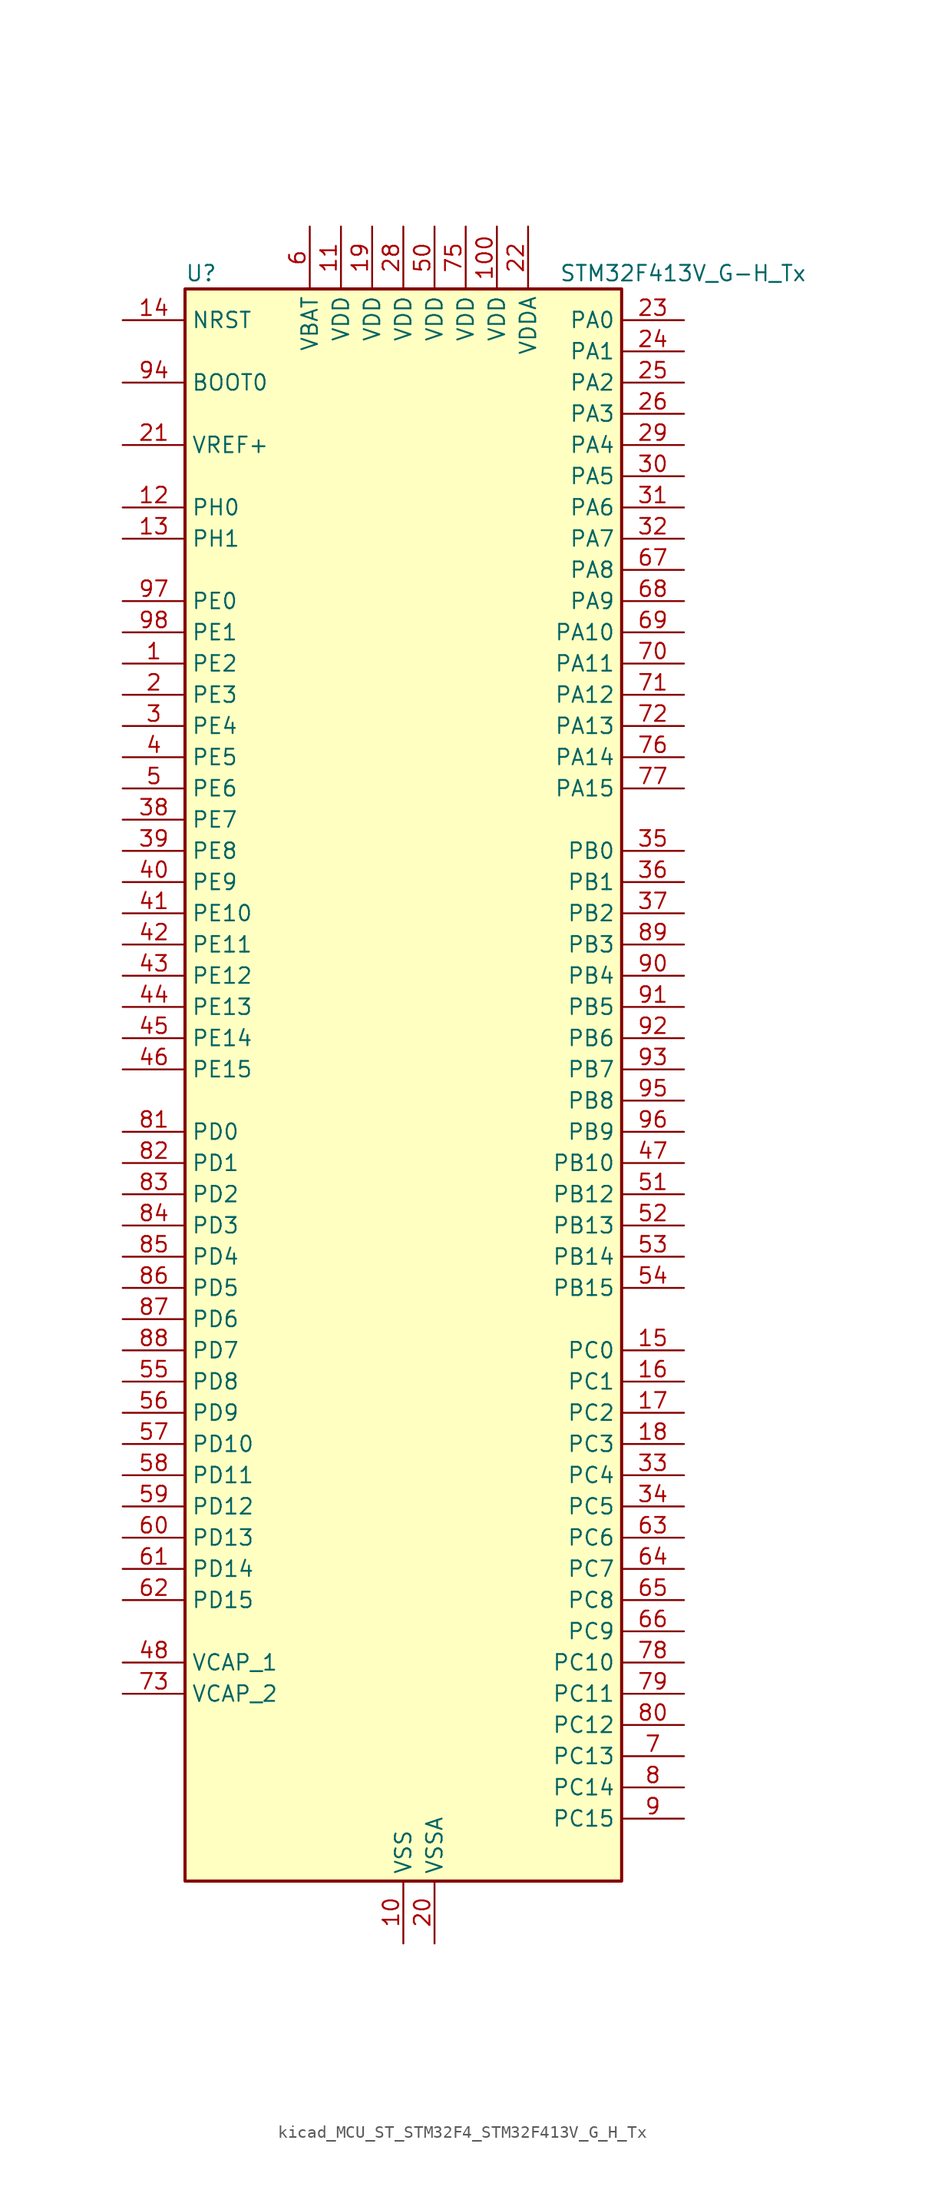
<source format=kicad_sym>
(kicad_symbol_lib
  (version 20220914)
  (generator kicad_symbol_editor)
  (symbol "kicad_MCU_ST_STM32F4_STM32F413V_G_H_Tx"
    (property "Reference" "U"
      (at -17.78 67.31 0)
      (effects (font (size 1.27 1.27)) (justify left)))
    (property "Value" "STM32F413V_G-H_Tx"
      (at 12.7 67.31 0)
      (effects (font (size 1.27 1.27)) (justify left)))
    (property "ki_locked" ""
      (at 0 0 0)
      (effects (font (size 1.27 1.27))))
    (symbol "kicad_MCU_ST_STM32F4_STM32F413V_G_H_Tx_0_1"
      (rectangle (start -17.78 -63.5) (end 17.78 66.04) (stroke (width 0.254) (type default)) (fill (type background))))
    (symbol "kicad_MCU_ST_STM32F4_STM32F413V_G_H_Tx_1_1"
      (pin bidirectional line (at -22.86 35.56 0) (length 5.08) (name "PE2" (effects (font (size 1.27 1.27)))) (number "1" (effects (font (size 1.27 1.27)))) (alternate "FSMC_A23" bidirectional line) (alternate "I2S4_CK" bidirectional line) (alternate "I2S5_CK" bidirectional line) (alternate "QUADSPI_BK1_IO2" bidirectional line) (alternate "SAI1_MCLK_A" bidirectional line) (alternate "SPI4_SCK" bidirectional line) (alternate "SPI5_SCK" bidirectional line) (alternate "SYS_TRACECLK" bidirectional line) (alternate "UART10_RX" bidirectional line))
      (pin power_in line (at 0 -68.58 90) (length 5.08) (name "VSS" (effects (font (size 1.27 1.27)))) (number "10" (effects (font (size 1.27 1.27)))))
      (pin power_in line (at 7.62 71.12 270) (length 5.08) (name "VDD" (effects (font (size 1.27 1.27)))) (number "100" (effects (font (size 1.27 1.27)))))
      (pin power_in line (at -5.08 71.12 270) (length 5.08) (name "VDD" (effects (font (size 1.27 1.27)))) (number "11" (effects (font (size 1.27 1.27)))))
      (pin bidirectional line (at -22.86 48.26 0) (length 5.08) (name "PH0" (effects (font (size 1.27 1.27)))) (number "12" (effects (font (size 1.27 1.27)))) (alternate "RCC_OSC_IN" bidirectional line))
      (pin bidirectional line (at -22.86 45.72 0) (length 5.08) (name "PH1" (effects (font (size 1.27 1.27)))) (number "13" (effects (font (size 1.27 1.27)))) (alternate "RCC_OSC_OUT" bidirectional line))
      (pin input line (at -22.86 63.5 0) (length 5.08) (name "NRST" (effects (font (size 1.27 1.27)))) (number "14" (effects (font (size 1.27 1.27)))))
      (pin bidirectional line (at 22.86 -20.32 180) (length 5.08) (name "PC0" (effects (font (size 1.27 1.27)))) (number "15" (effects (font (size 1.27 1.27)))) (alternate "ADC1_IN10" bidirectional line) (alternate "DFSDM2_CKIN4" bidirectional line) (alternate "LPTIM1_IN1" bidirectional line) (alternate "SAI1_MCLK_B" bidirectional line) (alternate "SYS_WKUP2" bidirectional line))
      (pin bidirectional line (at 22.86 -22.86 180) (length 5.08) (name "PC1" (effects (font (size 1.27 1.27)))) (number "16" (effects (font (size 1.27 1.27)))) (alternate "ADC1_IN11" bidirectional line) (alternate "DFSDM2_DATIN4" bidirectional line) (alternate "LPTIM1_OUT" bidirectional line) (alternate "SAI1_SD_B" bidirectional line) (alternate "SYS_WKUP3" bidirectional line))
      (pin bidirectional line (at 22.86 -25.4 180) (length 5.08) (name "PC2" (effects (font (size 1.27 1.27)))) (number "17" (effects (font (size 1.27 1.27)))) (alternate "ADC1_IN12" bidirectional line) (alternate "DFSDM1_CKOUT" bidirectional line) (alternate "DFSDM2_DATIN7" bidirectional line) (alternate "FSMC_NWE" bidirectional line) (alternate "I2S2_ext_SD" bidirectional line) (alternate "LPTIM1_IN2" bidirectional line) (alternate "SAI1_SCK_B" bidirectional line) (alternate "SPI2_MISO" bidirectional line))
      (pin bidirectional line (at 22.86 -27.94 180) (length 5.08) (name "PC3" (effects (font (size 1.27 1.27)))) (number "18" (effects (font (size 1.27 1.27)))) (alternate "ADC1_IN13" bidirectional line) (alternate "DFSDM2_CKIN7" bidirectional line) (alternate "FSMC_A0" bidirectional line) (alternate "I2S2_SD" bidirectional line) (alternate "LPTIM1_ETR" bidirectional line) (alternate "SAI1_FS_B" bidirectional line) (alternate "SPI2_MOSI" bidirectional line))
      (pin power_in line (at -2.54 71.12 270) (length 5.08) (name "VDD" (effects (font (size 1.27 1.27)))) (number "19" (effects (font (size 1.27 1.27)))))
      (pin bidirectional line (at -22.86 33.02 0) (length 5.08) (name "PE3" (effects (font (size 1.27 1.27)))) (number "2" (effects (font (size 1.27 1.27)))) (alternate "FSMC_A19" bidirectional line) (alternate "SAI1_SD_B" bidirectional line) (alternate "SYS_TRACED0" bidirectional line) (alternate "UART10_TX" bidirectional line))
      (pin power_in line (at 2.54 -68.58 90) (length 5.08) (name "VSSA" (effects (font (size 1.27 1.27)))) (number "20" (effects (font (size 1.27 1.27)))))
      (pin input line (at -22.86 53.34 0) (length 5.08) (name "VREF+" (effects (font (size 1.27 1.27)))) (number "21" (effects (font (size 1.27 1.27)))))
      (pin power_in line (at 10.16 71.12 270) (length 5.08) (name "VDDA" (effects (font (size 1.27 1.27)))) (number "22" (effects (font (size 1.27 1.27)))))
      (pin bidirectional line (at 22.86 63.5 180) (length 5.08) (name "PA0" (effects (font (size 1.27 1.27)))) (number "23" (effects (font (size 1.27 1.27)))) (alternate "ADC1_IN0" bidirectional line) (alternate "SYS_WKUP1" bidirectional line) (alternate "TIM2_CH1" bidirectional line) (alternate "TIM2_ETR" bidirectional line) (alternate "TIM5_CH1" bidirectional line) (alternate "TIM8_ETR" bidirectional line) (alternate "UART4_TX" bidirectional line) (alternate "USART2_CTS" bidirectional line))
      (pin bidirectional line (at 22.86 60.96 180) (length 5.08) (name "PA1" (effects (font (size 1.27 1.27)))) (number "24" (effects (font (size 1.27 1.27)))) (alternate "ADC1_IN1" bidirectional line) (alternate "I2S4_SD" bidirectional line) (alternate "QUADSPI_BK1_IO3" bidirectional line) (alternate "SPI4_MOSI" bidirectional line) (alternate "TIM2_CH2" bidirectional line) (alternate "TIM5_CH2" bidirectional line) (alternate "UART4_RX" bidirectional line) (alternate "USART2_RTS" bidirectional line))
      (pin bidirectional line (at 22.86 58.42 180) (length 5.08) (name "PA2" (effects (font (size 1.27 1.27)))) (number "25" (effects (font (size 1.27 1.27)))) (alternate "ADC1_IN2" bidirectional line) (alternate "FSMC_D4" bidirectional line) (alternate "FSMC_DA4" bidirectional line) (alternate "I2S_CKIN" bidirectional line) (alternate "TIM2_CH3" bidirectional line) (alternate "TIM5_CH3" bidirectional line) (alternate "TIM9_CH1" bidirectional line) (alternate "USART2_TX" bidirectional line))
      (pin bidirectional line (at 22.86 55.88 180) (length 5.08) (name "PA3" (effects (font (size 1.27 1.27)))) (number "26" (effects (font (size 1.27 1.27)))) (alternate "ADC1_IN3" bidirectional line) (alternate "FSMC_D5" bidirectional line) (alternate "FSMC_DA5" bidirectional line) (alternate "I2S2_MCK" bidirectional line) (alternate "SAI1_SD_B" bidirectional line) (alternate "TIM2_CH4" bidirectional line) (alternate "TIM5_CH4" bidirectional line) (alternate "TIM9_CH2" bidirectional line) (alternate "USART2_RX" bidirectional line))
      (pin passive line (at 0 -68.58 90) (length 5.08) hide (name "VSS" (effects (font (size 1.27 1.27)))) (number "27" (effects (font (size 1.27 1.27)))))
      (pin power_in line (at 0 71.12 270) (length 5.08) (name "VDD" (effects (font (size 1.27 1.27)))) (number "28" (effects (font (size 1.27 1.27)))))
      (pin bidirectional line (at 22.86 53.34 180) (length 5.08) (name "PA4" (effects (font (size 1.27 1.27)))) (number "29" (effects (font (size 1.27 1.27)))) (alternate "ADC1_IN4" bidirectional line) (alternate "DAC_OUT1" bidirectional line) (alternate "DFSDM1_DATIN1" bidirectional line) (alternate "FSMC_D6" bidirectional line) (alternate "FSMC_DA6" bidirectional line) (alternate "I2S1_WS" bidirectional line) (alternate "I2S3_WS" bidirectional line) (alternate "SPI1_NSS" bidirectional line) (alternate "SPI3_NSS" bidirectional line) (alternate "USART2_CK" bidirectional line))
      (pin bidirectional line (at -22.86 30.48 0) (length 5.08) (name "PE4" (effects (font (size 1.27 1.27)))) (number "3" (effects (font (size 1.27 1.27)))) (alternate "DFSDM1_DATIN3" bidirectional line) (alternate "FSMC_A20" bidirectional line) (alternate "I2S4_WS" bidirectional line) (alternate "I2S5_WS" bidirectional line) (alternate "SAI1_SD_A" bidirectional line) (alternate "SPI4_NSS" bidirectional line) (alternate "SPI5_NSS" bidirectional line) (alternate "SYS_TRACED1" bidirectional line))
      (pin bidirectional line (at 22.86 50.8 180) (length 5.08) (name "PA5" (effects (font (size 1.27 1.27)))) (number "30" (effects (font (size 1.27 1.27)))) (alternate "ADC1_IN5" bidirectional line) (alternate "DAC_OUT2" bidirectional line) (alternate "DFSDM1_CKIN1" bidirectional line) (alternate "FSMC_D7" bidirectional line) (alternate "FSMC_DA7" bidirectional line) (alternate "I2S1_CK" bidirectional line) (alternate "SPI1_SCK" bidirectional line) (alternate "TIM2_CH1" bidirectional line) (alternate "TIM2_ETR" bidirectional line) (alternate "TIM8_CH1N" bidirectional line))
      (pin bidirectional line (at 22.86 48.26 180) (length 5.08) (name "PA6" (effects (font (size 1.27 1.27)))) (number "31" (effects (font (size 1.27 1.27)))) (alternate "ADC1_IN6" bidirectional line) (alternate "DFSDM2_CKIN1" bidirectional line) (alternate "I2S2_MCK" bidirectional line) (alternate "QUADSPI_BK2_IO0" bidirectional line) (alternate "SDIO_CMD" bidirectional line) (alternate "SPI1_MISO" bidirectional line) (alternate "TIM13_CH1" bidirectional line) (alternate "TIM1_BKIN" bidirectional line) (alternate "TIM3_CH1" bidirectional line) (alternate "TIM8_BKIN" bidirectional line))
      (pin bidirectional line (at 22.86 45.72 180) (length 5.08) (name "PA7" (effects (font (size 1.27 1.27)))) (number "32" (effects (font (size 1.27 1.27)))) (alternate "ADC1_IN7" bidirectional line) (alternate "DFSDM2_DATIN1" bidirectional line) (alternate "I2S1_SD" bidirectional line) (alternate "QUADSPI_BK2_IO1" bidirectional line) (alternate "SPI1_MOSI" bidirectional line) (alternate "TIM14_CH1" bidirectional line) (alternate "TIM1_CH1N" bidirectional line) (alternate "TIM3_CH2" bidirectional line) (alternate "TIM8_CH1N" bidirectional line))
      (pin bidirectional line (at 22.86 -30.48 180) (length 5.08) (name "PC4" (effects (font (size 1.27 1.27)))) (number "33" (effects (font (size 1.27 1.27)))) (alternate "ADC1_IN14" bidirectional line) (alternate "DFSDM2_CKIN2" bidirectional line) (alternate "FSMC_NE4" bidirectional line) (alternate "I2S1_MCK" bidirectional line) (alternate "QUADSPI_BK2_IO2" bidirectional line))
      (pin bidirectional line (at 22.86 -33.02 180) (length 5.08) (name "PC5" (effects (font (size 1.27 1.27)))) (number "34" (effects (font (size 1.27 1.27)))) (alternate "ADC1_IN15" bidirectional line) (alternate "DFSDM2_DATIN2" bidirectional line) (alternate "FMPI2C1_SMBA" bidirectional line) (alternate "FSMC_NOE" bidirectional line) (alternate "QUADSPI_BK2_IO3" bidirectional line) (alternate "USART3_RX" bidirectional line))
      (pin bidirectional line (at 22.86 20.32 180) (length 5.08) (name "PB0" (effects (font (size 1.27 1.27)))) (number "35" (effects (font (size 1.27 1.27)))) (alternate "ADC1_IN8" bidirectional line) (alternate "I2S5_CK" bidirectional line) (alternate "SPI5_SCK" bidirectional line) (alternate "TIM1_CH2N" bidirectional line) (alternate "TIM3_CH3" bidirectional line) (alternate "TIM8_CH2N" bidirectional line))
      (pin bidirectional line (at 22.86 17.78 180) (length 5.08) (name "PB1" (effects (font (size 1.27 1.27)))) (number "36" (effects (font (size 1.27 1.27)))) (alternate "ADC1_IN9" bidirectional line) (alternate "DFSDM1_DATIN0" bidirectional line) (alternate "I2S5_WS" bidirectional line) (alternate "QUADSPI_CLK" bidirectional line) (alternate "SPI5_NSS" bidirectional line) (alternate "TIM1_CH3N" bidirectional line) (alternate "TIM3_CH4" bidirectional line) (alternate "TIM8_CH3N" bidirectional line))
      (pin bidirectional line (at 22.86 15.24 180) (length 5.08) (name "PB2" (effects (font (size 1.27 1.27)))) (number "37" (effects (font (size 1.27 1.27)))) (alternate "DFSDM1_CKIN0" bidirectional line) (alternate "LPTIM1_OUT" bidirectional line) (alternate "QUADSPI_CLK" bidirectional line))
      (pin bidirectional line (at -22.86 22.86 0) (length 5.08) (name "PE7" (effects (font (size 1.27 1.27)))) (number "38" (effects (font (size 1.27 1.27)))) (alternate "DFSDM1_DATIN2" bidirectional line) (alternate "FSMC_D4" bidirectional line) (alternate "FSMC_DA4" bidirectional line) (alternate "QUADSPI_BK2_IO0" bidirectional line) (alternate "TIM1_ETR" bidirectional line) (alternate "UART7_RX" bidirectional line))
      (pin bidirectional line (at -22.86 20.32 0) (length 5.08) (name "PE8" (effects (font (size 1.27 1.27)))) (number "39" (effects (font (size 1.27 1.27)))) (alternate "DFSDM1_CKIN2" bidirectional line) (alternate "FSMC_D5" bidirectional line) (alternate "FSMC_DA5" bidirectional line) (alternate "QUADSPI_BK2_IO1" bidirectional line) (alternate "TIM1_CH1N" bidirectional line) (alternate "UART7_TX" bidirectional line))
      (pin bidirectional line (at -22.86 27.94 0) (length 5.08) (name "PE5" (effects (font (size 1.27 1.27)))) (number "4" (effects (font (size 1.27 1.27)))) (alternate "DFSDM1_CKIN3" bidirectional line) (alternate "FSMC_A21" bidirectional line) (alternate "SAI1_SCK_A" bidirectional line) (alternate "SPI4_MISO" bidirectional line) (alternate "SPI5_MISO" bidirectional line) (alternate "SYS_TRACED2" bidirectional line) (alternate "TIM9_CH1" bidirectional line))
      (pin bidirectional line (at -22.86 17.78 0) (length 5.08) (name "PE9" (effects (font (size 1.27 1.27)))) (number "40" (effects (font (size 1.27 1.27)))) (alternate "DAC_EXTI9" bidirectional line) (alternate "DFSDM1_CKOUT" bidirectional line) (alternate "FSMC_D6" bidirectional line) (alternate "FSMC_DA6" bidirectional line) (alternate "QUADSPI_BK2_IO2" bidirectional line) (alternate "TIM1_CH1" bidirectional line))
      (pin bidirectional line (at -22.86 15.24 0) (length 5.08) (name "PE10" (effects (font (size 1.27 1.27)))) (number "41" (effects (font (size 1.27 1.27)))) (alternate "DFSDM2_DATIN0" bidirectional line) (alternate "FSMC_D7" bidirectional line) (alternate "FSMC_DA7" bidirectional line) (alternate "QUADSPI_BK2_IO3" bidirectional line) (alternate "TIM1_CH2N" bidirectional line))
      (pin bidirectional line (at -22.86 12.7 0) (length 5.08) (name "PE11" (effects (font (size 1.27 1.27)))) (number "42" (effects (font (size 1.27 1.27)))) (alternate "ADC1_EXTI11" bidirectional line) (alternate "DFSDM2_CKIN0" bidirectional line) (alternate "FSMC_D8" bidirectional line) (alternate "FSMC_DA8" bidirectional line) (alternate "I2S4_WS" bidirectional line) (alternate "I2S5_WS" bidirectional line) (alternate "SPI4_NSS" bidirectional line) (alternate "SPI5_NSS" bidirectional line) (alternate "TIM1_CH2" bidirectional line))
      (pin bidirectional line (at -22.86 10.16 0) (length 5.08) (name "PE12" (effects (font (size 1.27 1.27)))) (number "43" (effects (font (size 1.27 1.27)))) (alternate "DFSDM2_DATIN7" bidirectional line) (alternate "FSMC_D9" bidirectional line) (alternate "FSMC_DA9" bidirectional line) (alternate "I2S4_CK" bidirectional line) (alternate "I2S5_CK" bidirectional line) (alternate "SPI4_SCK" bidirectional line) (alternate "SPI5_SCK" bidirectional line) (alternate "TIM1_CH3N" bidirectional line))
      (pin bidirectional line (at -22.86 7.62 0) (length 5.08) (name "PE13" (effects (font (size 1.27 1.27)))) (number "44" (effects (font (size 1.27 1.27)))) (alternate "DFSDM2_CKIN7" bidirectional line) (alternate "FSMC_D10" bidirectional line) (alternate "FSMC_DA10" bidirectional line) (alternate "SPI4_MISO" bidirectional line) (alternate "SPI5_MISO" bidirectional line) (alternate "TIM1_CH3" bidirectional line))
      (pin bidirectional line (at -22.86 5.08 0) (length 5.08) (name "PE14" (effects (font (size 1.27 1.27)))) (number "45" (effects (font (size 1.27 1.27)))) (alternate "DFSDM2_DATIN1" bidirectional line) (alternate "FSMC_D11" bidirectional line) (alternate "FSMC_DA11" bidirectional line) (alternate "I2S4_SD" bidirectional line) (alternate "I2S5_SD" bidirectional line) (alternate "SPI4_MOSI" bidirectional line) (alternate "SPI5_MOSI" bidirectional line) (alternate "TIM1_CH4" bidirectional line))
      (pin bidirectional line (at -22.86 2.54 0) (length 5.08) (name "PE15" (effects (font (size 1.27 1.27)))) (number "46" (effects (font (size 1.27 1.27)))) (alternate "ADC1_EXTI15" bidirectional line) (alternate "DFSDM2_CKIN1" bidirectional line) (alternate "FSMC_D12" bidirectional line) (alternate "FSMC_DA12" bidirectional line) (alternate "TIM1_BKIN" bidirectional line))
      (pin bidirectional line (at 22.86 -5.08 180) (length 5.08) (name "PB10" (effects (font (size 1.27 1.27)))) (number "47" (effects (font (size 1.27 1.27)))) (alternate "DFSDM2_CKOUT" bidirectional line) (alternate "FMPI2C1_SCL" bidirectional line) (alternate "I2C2_SCL" bidirectional line) (alternate "I2S2_CK" bidirectional line) (alternate "I2S3_MCK" bidirectional line) (alternate "SDIO_D7" bidirectional line) (alternate "SPI2_SCK" bidirectional line) (alternate "TIM2_CH3" bidirectional line) (alternate "USART3_TX" bidirectional line))
      (pin power_out line (at -22.86 -45.72 0) (length 5.08) (name "VCAP_1" (effects (font (size 1.27 1.27)))) (number "48" (effects (font (size 1.27 1.27)))))
      (pin passive line (at 0 -68.58 90) (length 5.08) hide (name "VSS" (effects (font (size 1.27 1.27)))) (number "49" (effects (font (size 1.27 1.27)))))
      (pin bidirectional line (at -22.86 25.4 0) (length 5.08) (name "PE6" (effects (font (size 1.27 1.27)))) (number "5" (effects (font (size 1.27 1.27)))) (alternate "FSMC_A22" bidirectional line) (alternate "I2S4_SD" bidirectional line) (alternate "I2S5_SD" bidirectional line) (alternate "SAI1_FS_A" bidirectional line) (alternate "SPI4_MOSI" bidirectional line) (alternate "SPI5_MOSI" bidirectional line) (alternate "SYS_TRACED3" bidirectional line) (alternate "TIM9_CH2" bidirectional line))
      (pin power_in line (at 2.54 71.12 270) (length 5.08) (name "VDD" (effects (font (size 1.27 1.27)))) (number "50" (effects (font (size 1.27 1.27)))))
      (pin bidirectional line (at 22.86 -7.62 180) (length 5.08) (name "PB12" (effects (font (size 1.27 1.27)))) (number "51" (effects (font (size 1.27 1.27)))) (alternate "CAN2_RX" bidirectional line) (alternate "DFSDM1_DATIN1" bidirectional line) (alternate "FSMC_D13" bidirectional line) (alternate "FSMC_DA13" bidirectional line) (alternate "I2C2_SMBA" bidirectional line) (alternate "I2S2_WS" bidirectional line) (alternate "I2S3_CK" bidirectional line) (alternate "I2S4_WS" bidirectional line) (alternate "SPI2_NSS" bidirectional line) (alternate "SPI3_SCK" bidirectional line) (alternate "SPI4_NSS" bidirectional line) (alternate "TIM1_BKIN" bidirectional line) (alternate "UART5_RX" bidirectional line) (alternate "USART3_CK" bidirectional line))
      (pin bidirectional line (at 22.86 -10.16 180) (length 5.08) (name "PB13" (effects (font (size 1.27 1.27)))) (number "52" (effects (font (size 1.27 1.27)))) (alternate "CAN2_TX" bidirectional line) (alternate "DFSDM1_CKIN1" bidirectional line) (alternate "FMPI2C1_SMBA" bidirectional line) (alternate "I2S2_CK" bidirectional line) (alternate "I2S4_CK" bidirectional line) (alternate "SPI2_SCK" bidirectional line) (alternate "SPI4_SCK" bidirectional line) (alternate "TIM1_CH1N" bidirectional line) (alternate "UART5_TX" bidirectional line) (alternate "USART3_CTS" bidirectional line))
      (pin bidirectional line (at 22.86 -12.7 180) (length 5.08) (name "PB14" (effects (font (size 1.27 1.27)))) (number "53" (effects (font (size 1.27 1.27)))) (alternate "DFSDM1_DATIN2" bidirectional line) (alternate "FMPI2C1_SDA" bidirectional line) (alternate "FSMC_D0" bidirectional line) (alternate "FSMC_DA0" bidirectional line) (alternate "I2S2_ext_SD" bidirectional line) (alternate "SDIO_D6" bidirectional line) (alternate "SPI2_MISO" bidirectional line) (alternate "TIM12_CH1" bidirectional line) (alternate "TIM1_CH2N" bidirectional line) (alternate "TIM8_CH2N" bidirectional line) (alternate "USART3_RTS" bidirectional line))
      (pin bidirectional line (at 22.86 -15.24 180) (length 5.08) (name "PB15" (effects (font (size 1.27 1.27)))) (number "54" (effects (font (size 1.27 1.27)))) (alternate "ADC1_EXTI15" bidirectional line) (alternate "DFSDM1_CKIN2" bidirectional line) (alternate "FMPI2C1_SCL" bidirectional line) (alternate "I2S2_SD" bidirectional line) (alternate "RTC_REFIN" bidirectional line) (alternate "SDIO_CK" bidirectional line) (alternate "SPI2_MOSI" bidirectional line) (alternate "TIM12_CH2" bidirectional line) (alternate "TIM1_CH3N" bidirectional line) (alternate "TIM8_CH3N" bidirectional line))
      (pin bidirectional line (at -22.86 -22.86 0) (length 5.08) (name "PD8" (effects (font (size 1.27 1.27)))) (number "55" (effects (font (size 1.27 1.27)))) (alternate "FSMC_D13" bidirectional line) (alternate "FSMC_DA13" bidirectional line) (alternate "USART3_TX" bidirectional line))
      (pin bidirectional line (at -22.86 -25.4 0) (length 5.08) (name "PD9" (effects (font (size 1.27 1.27)))) (number "56" (effects (font (size 1.27 1.27)))) (alternate "DAC_EXTI9" bidirectional line) (alternate "FSMC_D14" bidirectional line) (alternate "FSMC_DA14" bidirectional line) (alternate "USART3_RX" bidirectional line))
      (pin bidirectional line (at -22.86 -27.94 0) (length 5.08) (name "PD10" (effects (font (size 1.27 1.27)))) (number "57" (effects (font (size 1.27 1.27)))) (alternate "FSMC_D15" bidirectional line) (alternate "FSMC_DA15" bidirectional line) (alternate "UART4_TX" bidirectional line) (alternate "USART3_CK" bidirectional line))
      (pin bidirectional line (at -22.86 -30.48 0) (length 5.08) (name "PD11" (effects (font (size 1.27 1.27)))) (number "58" (effects (font (size 1.27 1.27)))) (alternate "ADC1_EXTI11" bidirectional line) (alternate "DFSDM2_DATIN2" bidirectional line) (alternate "FMPI2C1_SMBA" bidirectional line) (alternate "FSMC_A16" bidirectional line) (alternate "QUADSPI_BK1_IO0" bidirectional line) (alternate "USART3_CTS" bidirectional line))
      (pin bidirectional line (at -22.86 -33.02 0) (length 5.08) (name "PD12" (effects (font (size 1.27 1.27)))) (number "59" (effects (font (size 1.27 1.27)))) (alternate "DFSDM2_CKIN2" bidirectional line) (alternate "FMPI2C1_SCL" bidirectional line) (alternate "FSMC_A17" bidirectional line) (alternate "QUADSPI_BK1_IO1" bidirectional line) (alternate "TIM4_CH1" bidirectional line) (alternate "USART3_RTS" bidirectional line))
      (pin power_in line (at -7.62 71.12 270) (length 5.08) (name "VBAT" (effects (font (size 1.27 1.27)))) (number "6" (effects (font (size 1.27 1.27)))))
      (pin bidirectional line (at -22.86 -35.56 0) (length 5.08) (name "PD13" (effects (font (size 1.27 1.27)))) (number "60" (effects (font (size 1.27 1.27)))) (alternate "FMPI2C1_SDA" bidirectional line) (alternate "FSMC_A18" bidirectional line) (alternate "QUADSPI_BK1_IO3" bidirectional line) (alternate "TIM4_CH2" bidirectional line))
      (pin bidirectional line (at -22.86 -38.1 0) (length 5.08) (name "PD14" (effects (font (size 1.27 1.27)))) (number "61" (effects (font (size 1.27 1.27)))) (alternate "DFSDM2_CKIN0" bidirectional line) (alternate "FMPI2C1_SCL" bidirectional line) (alternate "FSMC_D0" bidirectional line) (alternate "FSMC_DA0" bidirectional line) (alternate "TIM4_CH3" bidirectional line) (alternate "UART9_RX" bidirectional line))
      (pin bidirectional line (at -22.86 -40.64 0) (length 5.08) (name "PD15" (effects (font (size 1.27 1.27)))) (number "62" (effects (font (size 1.27 1.27)))) (alternate "ADC1_EXTI15" bidirectional line) (alternate "DFSDM2_DATIN0" bidirectional line) (alternate "FMPI2C1_SDA" bidirectional line) (alternate "FSMC_D1" bidirectional line) (alternate "FSMC_DA1" bidirectional line) (alternate "TIM4_CH4" bidirectional line) (alternate "UART9_TX" bidirectional line))
      (pin bidirectional line (at 22.86 -35.56 180) (length 5.08) (name "PC6" (effects (font (size 1.27 1.27)))) (number "63" (effects (font (size 1.27 1.27)))) (alternate "DFSDM1_CKIN3" bidirectional line) (alternate "DFSDM2_DATIN6" bidirectional line) (alternate "FMPI2C1_SCL" bidirectional line) (alternate "FSMC_D1" bidirectional line) (alternate "FSMC_DA1" bidirectional line) (alternate "I2S2_MCK" bidirectional line) (alternate "SDIO_D6" bidirectional line) (alternate "TIM3_CH1" bidirectional line) (alternate "TIM8_CH1" bidirectional line) (alternate "USART6_TX" bidirectional line))
      (pin bidirectional line (at 22.86 -38.1 180) (length 5.08) (name "PC7" (effects (font (size 1.27 1.27)))) (number "64" (effects (font (size 1.27 1.27)))) (alternate "DFSDM1_DATIN3" bidirectional line) (alternate "DFSDM2_CKIN6" bidirectional line) (alternate "FMPI2C1_SDA" bidirectional line) (alternate "I2S2_CK" bidirectional line) (alternate "I2S3_MCK" bidirectional line) (alternate "SDIO_D7" bidirectional line) (alternate "SPI2_SCK" bidirectional line) (alternate "TIM3_CH2" bidirectional line) (alternate "TIM8_CH2" bidirectional line) (alternate "USART6_RX" bidirectional line))
      (pin bidirectional line (at 22.86 -40.64 180) (length 5.08) (name "PC8" (effects (font (size 1.27 1.27)))) (number "65" (effects (font (size 1.27 1.27)))) (alternate "DFSDM2_CKIN3" bidirectional line) (alternate "QUADSPI_BK1_IO2" bidirectional line) (alternate "SDIO_D0" bidirectional line) (alternate "TIM3_CH3" bidirectional line) (alternate "TIM8_CH3" bidirectional line) (alternate "USART6_CK" bidirectional line))
      (pin bidirectional line (at 22.86 -43.18 180) (length 5.08) (name "PC9" (effects (font (size 1.27 1.27)))) (number "66" (effects (font (size 1.27 1.27)))) (alternate "DAC_EXTI9" bidirectional line) (alternate "DFSDM2_DATIN3" bidirectional line) (alternate "I2C3_SDA" bidirectional line) (alternate "I2S_CKIN" bidirectional line) (alternate "QUADSPI_BK1_IO0" bidirectional line) (alternate "RCC_MCO_2" bidirectional line) (alternate "SDIO_D1" bidirectional line) (alternate "TIM3_CH4" bidirectional line) (alternate "TIM8_CH4" bidirectional line))
      (pin bidirectional line (at 22.86 43.18 180) (length 5.08) (name "PA8" (effects (font (size 1.27 1.27)))) (number "67" (effects (font (size 1.27 1.27)))) (alternate "CAN3_RX" bidirectional line) (alternate "DFSDM1_CKOUT" bidirectional line) (alternate "I2C3_SCL" bidirectional line) (alternate "RCC_MCO_1" bidirectional line) (alternate "SDIO_D1" bidirectional line) (alternate "TIM1_CH1" bidirectional line) (alternate "UART7_RX" bidirectional line) (alternate "USART1_CK" bidirectional line) (alternate "USB_OTG_FS_SOF" bidirectional line))
      (pin bidirectional line (at 22.86 40.64 180) (length 5.08) (name "PA9" (effects (font (size 1.27 1.27)))) (number "68" (effects (font (size 1.27 1.27)))) (alternate "DAC_EXTI9" bidirectional line) (alternate "DFSDM2_CKIN3" bidirectional line) (alternate "I2C3_SMBA" bidirectional line) (alternate "I2S2_CK" bidirectional line) (alternate "SDIO_D2" bidirectional line) (alternate "SPI2_SCK" bidirectional line) (alternate "TIM1_CH2" bidirectional line) (alternate "USART1_TX" bidirectional line) (alternate "USB_OTG_FS_VBUS" bidirectional line))
      (pin bidirectional line (at 22.86 38.1 180) (length 5.08) (name "PA10" (effects (font (size 1.27 1.27)))) (number "69" (effects (font (size 1.27 1.27)))) (alternate "DFSDM2_DATIN3" bidirectional line) (alternate "I2S2_SD" bidirectional line) (alternate "I2S5_SD" bidirectional line) (alternate "SPI2_MOSI" bidirectional line) (alternate "SPI5_MOSI" bidirectional line) (alternate "TIM1_CH3" bidirectional line) (alternate "USART1_RX" bidirectional line) (alternate "USB_OTG_FS_ID" bidirectional line))
      (pin bidirectional line (at 22.86 -53.34 180) (length 5.08) (name "PC13" (effects (font (size 1.27 1.27)))) (number "7" (effects (font (size 1.27 1.27)))) (alternate "RTC_AF1" bidirectional line))
      (pin bidirectional line (at 22.86 35.56 180) (length 5.08) (name "PA11" (effects (font (size 1.27 1.27)))) (number "70" (effects (font (size 1.27 1.27)))) (alternate "ADC1_EXTI11" bidirectional line) (alternate "CAN1_RX" bidirectional line) (alternate "DFSDM2_CKIN5" bidirectional line) (alternate "I2S2_WS" bidirectional line) (alternate "SPI2_NSS" bidirectional line) (alternate "SPI4_MISO" bidirectional line) (alternate "TIM1_CH4" bidirectional line) (alternate "UART4_RX" bidirectional line) (alternate "USART1_CTS" bidirectional line) (alternate "USART6_TX" bidirectional line) (alternate "USB_OTG_FS_DM" bidirectional line))
      (pin bidirectional line (at 22.86 33.02 180) (length 5.08) (name "PA12" (effects (font (size 1.27 1.27)))) (number "71" (effects (font (size 1.27 1.27)))) (alternate "CAN1_TX" bidirectional line) (alternate "DFSDM2_DATIN5" bidirectional line) (alternate "SPI2_MISO" bidirectional line) (alternate "SPI5_MISO" bidirectional line) (alternate "TIM1_ETR" bidirectional line) (alternate "UART4_TX" bidirectional line) (alternate "USART1_RTS" bidirectional line) (alternate "USART6_RX" bidirectional line) (alternate "USB_OTG_FS_DP" bidirectional line))
      (pin bidirectional line (at 22.86 30.48 180) (length 5.08) (name "PA13" (effects (font (size 1.27 1.27)))) (number "72" (effects (font (size 1.27 1.27)))) (alternate "SYS_JTMS-SWDIO" bidirectional line))
      (pin power_out line (at -22.86 -48.26 0) (length 5.08) (name "VCAP_2" (effects (font (size 1.27 1.27)))) (number "73" (effects (font (size 1.27 1.27)))))
      (pin passive line (at 0 -68.58 90) (length 5.08) hide (name "VSS" (effects (font (size 1.27 1.27)))) (number "74" (effects (font (size 1.27 1.27)))))
      (pin power_in line (at 5.08 71.12 270) (length 5.08) (name "VDD" (effects (font (size 1.27 1.27)))) (number "75" (effects (font (size 1.27 1.27)))))
      (pin bidirectional line (at 22.86 27.94 180) (length 5.08) (name "PA14" (effects (font (size 1.27 1.27)))) (number "76" (effects (font (size 1.27 1.27)))) (alternate "SYS_JTCK-SWCLK" bidirectional line))
      (pin bidirectional line (at 22.86 25.4 180) (length 5.08) (name "PA15" (effects (font (size 1.27 1.27)))) (number "77" (effects (font (size 1.27 1.27)))) (alternate "ADC1_EXTI15" bidirectional line) (alternate "CAN3_TX" bidirectional line) (alternate "I2S1_WS" bidirectional line) (alternate "I2S3_WS" bidirectional line) (alternate "SAI1_MCLK_A" bidirectional line) (alternate "SPI1_NSS" bidirectional line) (alternate "SPI3_NSS" bidirectional line) (alternate "SYS_JTDI" bidirectional line) (alternate "TIM2_CH1" bidirectional line) (alternate "TIM2_ETR" bidirectional line) (alternate "UART7_TX" bidirectional line) (alternate "USART1_TX" bidirectional line))
      (pin bidirectional line (at 22.86 -45.72 180) (length 5.08) (name "PC10" (effects (font (size 1.27 1.27)))) (number "78" (effects (font (size 1.27 1.27)))) (alternate "DFSDM2_CKIN5" bidirectional line) (alternate "I2S3_CK" bidirectional line) (alternate "QUADSPI_BK1_IO1" bidirectional line) (alternate "SDIO_D2" bidirectional line) (alternate "SPI3_SCK" bidirectional line) (alternate "USART3_TX" bidirectional line))
      (pin bidirectional line (at 22.86 -48.26 180) (length 5.08) (name "PC11" (effects (font (size 1.27 1.27)))) (number "79" (effects (font (size 1.27 1.27)))) (alternate "ADC1_EXTI11" bidirectional line) (alternate "DFSDM2_DATIN5" bidirectional line) (alternate "FSMC_D2" bidirectional line) (alternate "FSMC_DA2" bidirectional line) (alternate "I2S3_ext_SD" bidirectional line) (alternate "QUADSPI_BK2_NCS" bidirectional line) (alternate "SDIO_D3" bidirectional line) (alternate "SPI3_MISO" bidirectional line) (alternate "UART4_RX" bidirectional line) (alternate "USART3_RX" bidirectional line))
      (pin bidirectional line (at 22.86 -55.88 180) (length 5.08) (name "PC14" (effects (font (size 1.27 1.27)))) (number "8" (effects (font (size 1.27 1.27)))) (alternate "RCC_OSC32_IN" bidirectional line))
      (pin bidirectional line (at 22.86 -50.8 180) (length 5.08) (name "PC12" (effects (font (size 1.27 1.27)))) (number "80" (effects (font (size 1.27 1.27)))) (alternate "FSMC_D3" bidirectional line) (alternate "FSMC_DA3" bidirectional line) (alternate "I2S3_SD" bidirectional line) (alternate "SDIO_CK" bidirectional line) (alternate "SPI3_MOSI" bidirectional line) (alternate "UART5_TX" bidirectional line) (alternate "USART3_CK" bidirectional line))
      (pin bidirectional line (at -22.86 -2.54 0) (length 5.08) (name "PD0" (effects (font (size 1.27 1.27)))) (number "81" (effects (font (size 1.27 1.27)))) (alternate "CAN1_RX" bidirectional line) (alternate "DFSDM2_CKIN6" bidirectional line) (alternate "FSMC_D2" bidirectional line) (alternate "FSMC_DA2" bidirectional line) (alternate "UART4_RX" bidirectional line))
      (pin bidirectional line (at -22.86 -5.08 0) (length 5.08) (name "PD1" (effects (font (size 1.27 1.27)))) (number "82" (effects (font (size 1.27 1.27)))) (alternate "CAN1_TX" bidirectional line) (alternate "DFSDM2_DATIN6" bidirectional line) (alternate "FSMC_D3" bidirectional line) (alternate "FSMC_DA3" bidirectional line) (alternate "UART4_TX" bidirectional line))
      (pin bidirectional line (at -22.86 -7.62 0) (length 5.08) (name "PD2" (effects (font (size 1.27 1.27)))) (number "83" (effects (font (size 1.27 1.27)))) (alternate "DFSDM2_CKOUT" bidirectional line) (alternate "FSMC_NWE" bidirectional line) (alternate "SDIO_CMD" bidirectional line) (alternate "TIM3_ETR" bidirectional line) (alternate "UART5_RX" bidirectional line))
      (pin bidirectional line (at -22.86 -10.16 0) (length 5.08) (name "PD3" (effects (font (size 1.27 1.27)))) (number "84" (effects (font (size 1.27 1.27)))) (alternate "DFSDM1_DATIN0" bidirectional line) (alternate "FSMC_CLK" bidirectional line) (alternate "I2S2_CK" bidirectional line) (alternate "QUADSPI_CLK" bidirectional line) (alternate "SPI2_SCK" bidirectional line) (alternate "SYS_TRACED1" bidirectional line) (alternate "USART2_CTS" bidirectional line))
      (pin bidirectional line (at -22.86 -12.7 0) (length 5.08) (name "PD4" (effects (font (size 1.27 1.27)))) (number "85" (effects (font (size 1.27 1.27)))) (alternate "DFSDM1_CKIN0" bidirectional line) (alternate "FSMC_NOE" bidirectional line) (alternate "USART2_RTS" bidirectional line))
      (pin bidirectional line (at -22.86 -15.24 0) (length 5.08) (name "PD5" (effects (font (size 1.27 1.27)))) (number "86" (effects (font (size 1.27 1.27)))) (alternate "DFSDM2_CKOUT" bidirectional line) (alternate "FSMC_NWE" bidirectional line) (alternate "USART2_TX" bidirectional line))
      (pin bidirectional line (at -22.86 -17.78 0) (length 5.08) (name "PD6" (effects (font (size 1.27 1.27)))) (number "87" (effects (font (size 1.27 1.27)))) (alternate "DFSDM1_DATIN1" bidirectional line) (alternate "FSMC_NWAIT" bidirectional line) (alternate "I2S3_SD" bidirectional line) (alternate "SPI3_MOSI" bidirectional line) (alternate "USART2_RX" bidirectional line))
      (pin bidirectional line (at -22.86 -20.32 0) (length 5.08) (name "PD7" (effects (font (size 1.27 1.27)))) (number "88" (effects (font (size 1.27 1.27)))) (alternate "DFSDM1_CKIN1" bidirectional line) (alternate "FSMC_NE1" bidirectional line) (alternate "USART2_CK" bidirectional line))
      (pin bidirectional line (at 22.86 12.7 180) (length 5.08) (name "PB3" (effects (font (size 1.27 1.27)))) (number "89" (effects (font (size 1.27 1.27)))) (alternate "CAN3_RX" bidirectional line) (alternate "FMPI2C1_SDA" bidirectional line) (alternate "I2C2_SDA" bidirectional line) (alternate "I2S1_CK" bidirectional line) (alternate "I2S3_CK" bidirectional line) (alternate "SAI1_SD_A" bidirectional line) (alternate "SPI1_SCK" bidirectional line) (alternate "SPI3_SCK" bidirectional line) (alternate "SYS_JTDO-SWO" bidirectional line) (alternate "TIM2_CH2" bidirectional line) (alternate "UART7_RX" bidirectional line) (alternate "USART1_RX" bidirectional line))
      (pin bidirectional line (at 22.86 -58.42 180) (length 5.08) (name "PC15" (effects (font (size 1.27 1.27)))) (number "9" (effects (font (size 1.27 1.27)))) (alternate "ADC1_EXTI15" bidirectional line) (alternate "RCC_OSC32_OUT" bidirectional line))
      (pin bidirectional line (at 22.86 10.16 180) (length 5.08) (name "PB4" (effects (font (size 1.27 1.27)))) (number "90" (effects (font (size 1.27 1.27)))) (alternate "CAN3_TX" bidirectional line) (alternate "I2C3_SDA" bidirectional line) (alternate "I2S3_ext_SD" bidirectional line) (alternate "SAI1_SCK_A" bidirectional line) (alternate "SDIO_D0" bidirectional line) (alternate "SPI1_MISO" bidirectional line) (alternate "SPI3_MISO" bidirectional line) (alternate "SYS_JTRST" bidirectional line) (alternate "TIM3_CH1" bidirectional line) (alternate "UART7_TX" bidirectional line))
      (pin bidirectional line (at 22.86 7.62 180) (length 5.08) (name "PB5" (effects (font (size 1.27 1.27)))) (number "91" (effects (font (size 1.27 1.27)))) (alternate "CAN2_RX" bidirectional line) (alternate "I2C1_SMBA" bidirectional line) (alternate "I2S1_SD" bidirectional line) (alternate "I2S3_SD" bidirectional line) (alternate "LPTIM1_IN1" bidirectional line) (alternate "SAI1_FS_A" bidirectional line) (alternate "SDIO_D3" bidirectional line) (alternate "SPI1_MOSI" bidirectional line) (alternate "SPI3_MOSI" bidirectional line) (alternate "TIM3_CH2" bidirectional line) (alternate "UART5_RX" bidirectional line))
      (pin bidirectional line (at 22.86 5.08 180) (length 5.08) (name "PB6" (effects (font (size 1.27 1.27)))) (number "92" (effects (font (size 1.27 1.27)))) (alternate "CAN2_TX" bidirectional line) (alternate "DFSDM2_CKIN7" bidirectional line) (alternate "I2C1_SCL" bidirectional line) (alternate "LPTIM1_ETR" bidirectional line) (alternate "QUADSPI_BK1_NCS" bidirectional line) (alternate "SDIO_D0" bidirectional line) (alternate "TIM4_CH1" bidirectional line) (alternate "UART5_TX" bidirectional line) (alternate "USART1_TX" bidirectional line))
      (pin bidirectional line (at 22.86 2.54 180) (length 5.08) (name "PB7" (effects (font (size 1.27 1.27)))) (number "93" (effects (font (size 1.27 1.27)))) (alternate "DFSDM2_DATIN7" bidirectional line) (alternate "FSMC_NL" bidirectional line) (alternate "I2C1_SDA" bidirectional line) (alternate "LPTIM1_IN2" bidirectional line) (alternate "TIM4_CH2" bidirectional line) (alternate "USART1_RX" bidirectional line))
      (pin input line (at -22.86 58.42 0) (length 5.08) (name "BOOT0" (effects (font (size 1.27 1.27)))) (number "94" (effects (font (size 1.27 1.27)))))
      (pin bidirectional line (at 22.86 0 180) (length 5.08) (name "PB8" (effects (font (size 1.27 1.27)))) (number "95" (effects (font (size 1.27 1.27)))) (alternate "CAN1_RX" bidirectional line) (alternate "DFSDM2_CKIN1" bidirectional line) (alternate "I2C1_SCL" bidirectional line) (alternate "I2C3_SDA" bidirectional line) (alternate "I2S5_SD" bidirectional line) (alternate "LPTIM1_OUT" bidirectional line) (alternate "SDIO_D4" bidirectional line) (alternate "SPI5_MOSI" bidirectional line) (alternate "TIM10_CH1" bidirectional line) (alternate "TIM4_CH3" bidirectional line) (alternate "UART5_RX" bidirectional line))
      (pin bidirectional line (at 22.86 -2.54 180) (length 5.08) (name "PB9" (effects (font (size 1.27 1.27)))) (number "96" (effects (font (size 1.27 1.27)))) (alternate "CAN1_TX" bidirectional line) (alternate "DAC_EXTI9" bidirectional line) (alternate "DFSDM2_DATIN1" bidirectional line) (alternate "I2C1_SDA" bidirectional line) (alternate "I2C2_SDA" bidirectional line) (alternate "I2S2_WS" bidirectional line) (alternate "SDIO_D5" bidirectional line) (alternate "SPI2_NSS" bidirectional line) (alternate "TIM11_CH1" bidirectional line) (alternate "TIM4_CH4" bidirectional line) (alternate "UART5_TX" bidirectional line))
      (pin bidirectional line (at -22.86 40.64 0) (length 5.08) (name "PE0" (effects (font (size 1.27 1.27)))) (number "97" (effects (font (size 1.27 1.27)))) (alternate "DFSDM2_CKIN4" bidirectional line) (alternate "FSMC_NBL0" bidirectional line) (alternate "TIM4_ETR" bidirectional line) (alternate "UART8_RX" bidirectional line))
      (pin bidirectional line (at -22.86 38.1 0) (length 5.08) (name "PE1" (effects (font (size 1.27 1.27)))) (number "98" (effects (font (size 1.27 1.27)))) (alternate "DFSDM2_DATIN4" bidirectional line) (alternate "FSMC_NBL1" bidirectional line) (alternate "UART8_TX" bidirectional line))
      (pin passive line (at 0 -68.58 90) (length 5.08) hide (name "VSS" (effects (font (size 1.27 1.27)))) (number "99" (effects (font (size 1.27 1.27))))))))
</source>
